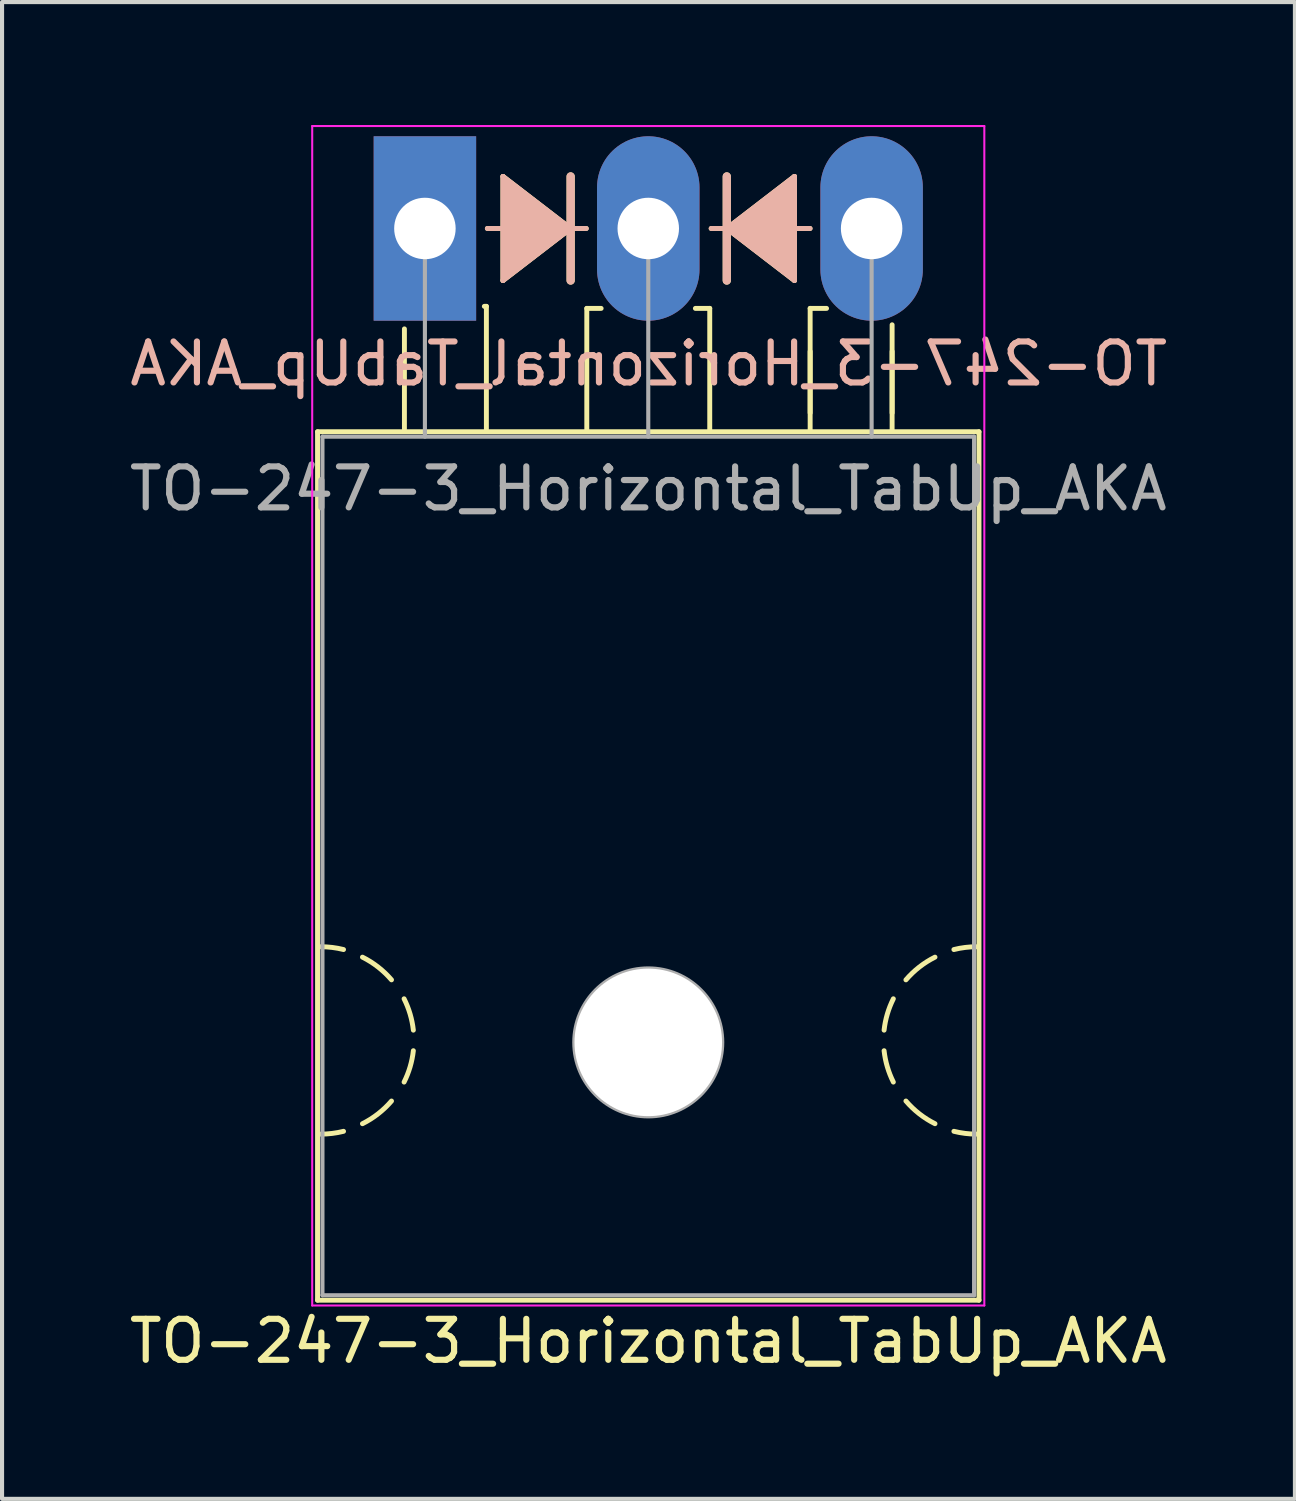
<source format=kicad_pcb>
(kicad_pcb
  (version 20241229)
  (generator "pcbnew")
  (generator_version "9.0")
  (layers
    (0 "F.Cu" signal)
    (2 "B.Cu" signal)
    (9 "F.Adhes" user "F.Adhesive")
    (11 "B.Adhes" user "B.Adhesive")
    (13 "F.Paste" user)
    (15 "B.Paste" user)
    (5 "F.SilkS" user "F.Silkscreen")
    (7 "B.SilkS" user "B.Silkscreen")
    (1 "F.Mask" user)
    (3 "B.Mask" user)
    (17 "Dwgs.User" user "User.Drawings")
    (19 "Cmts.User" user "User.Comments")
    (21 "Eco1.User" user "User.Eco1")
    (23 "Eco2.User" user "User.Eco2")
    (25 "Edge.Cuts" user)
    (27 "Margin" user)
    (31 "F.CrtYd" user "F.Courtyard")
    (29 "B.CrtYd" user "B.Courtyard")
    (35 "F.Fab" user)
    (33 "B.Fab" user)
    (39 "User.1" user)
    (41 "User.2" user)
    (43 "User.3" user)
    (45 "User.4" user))
  (footprint "TO-247-3_Horizontal_TabUp_AKA"
    (layer "F.Cu")
    (at 7.318 2.525)
    (property "Reference" "TO-247-3_Horizontal_TabUp_AKA" (at 5.45 27.15 0) (layer "F.SilkS") (effects (font (size 1 1) (thickness 0.15))))
    (fp_line (start -2.62 4.96) (end -2.62 26.15) (stroke (width 0.12) (type solid)) (layer "F.SilkS"))
    (fp_line (start -2.62 4.96) (end 13.52 4.96) (stroke (width 0.12) (type solid)) (layer "F.SilkS"))
    (fp_line (start -2.62 26.15) (end 13.52 26.15) (stroke (width 0.12) (type solid)) (layer "F.SilkS"))
    (fp_line (start -0.5 4.9) (end -0.5 2.45) (stroke (width 0.12) (type solid)) (layer "F.SilkS"))
    (fp_line (start 1.5 1.9) (end 1.45 1.9) (stroke (width 0.12) (type solid)) (layer "F.SilkS"))
    (fp_line (start 1.5 4.9) (end 1.5 1.9) (stroke (width 0.12) (type solid)) (layer "F.SilkS"))
    (fp_line (start 1.524 0) (end 1.905 0) (stroke (width 0.12) (type solid)) (layer "F.SilkS"))
    (fp_line (start 1.905 -1.27) (end 1.905 1.27) (stroke (width 0.12) (type solid)) (layer "F.SilkS"))
    (fp_line (start 1.905 1.27) (end 3.556 0) (stroke (width 0.12) (type solid)) (layer "F.SilkS"))
    (fp_line (start 3.556 0) (end 1.905 -1.27) (stroke (width 0.12) (type solid)) (layer "F.SilkS"))
    (fp_line (start 3.556 0) (end 3.556 -1.27) (stroke (width 0.2) (type solid)) (layer "F.SilkS"))
    (fp_line (start 3.556 1.27) (end 3.556 0) (stroke (width 0.2) (type solid)) (layer "F.SilkS"))
    (fp_line (start 3.937 0) (end 3.556 0) (stroke (width 0.12) (type solid)) (layer "F.SilkS"))
    (fp_line (start 3.95 1.95) (end 4.3 1.95) (stroke (width 0.12) (type solid)) (layer "F.SilkS"))
    (fp_line (start 3.95 4.95) (end 3.95 1.95) (stroke (width 0.12) (type solid)) (layer "F.SilkS"))
    (fp_line (start 6.95 1.95) (end 6.6 1.95) (stroke (width 0.12) (type solid)) (layer "F.SilkS"))
    (fp_line (start 6.95 4.95) (end 6.95 1.95) (stroke (width 0.12) (type solid)) (layer "F.SilkS"))
    (fp_line (start 6.985 0) (end 7.366 0) (stroke (width 0.12) (type solid)) (layer "F.SilkS"))
    (fp_line (start 7.366 -1.27) (end 7.366 0) (stroke (width 0.2) (type solid)) (layer "F.SilkS"))
    (fp_line (start 7.366 0) (end 7.366 1.27) (stroke (width 0.2) (type solid)) (layer "F.SilkS"))
    (fp_line (start 7.366 0) (end 9.017 1.27) (stroke (width 0.12) (type solid)) (layer "F.SilkS"))
    (fp_line (start 9.017 -1.27) (end 7.366 0) (stroke (width 0.12) (type solid)) (layer "F.SilkS"))
    (fp_line (start 9.017 1.27) (end 9.017 -1.27) (stroke (width 0.12) (type solid)) (layer "F.SilkS"))
    (fp_line (start 9.398 0) (end 9.017 0) (stroke (width 0.12) (type solid)) (layer "F.SilkS"))
    (fp_line (start 9.4 1.95) (end 9.8 1.95) (stroke (width 0.12) (type solid)) (layer "F.SilkS"))
    (fp_line (start 9.4 4.5) (end 9.4 3) (stroke (width 0.12) (type solid)) (layer "F.SilkS"))
    (fp_line (start 9.4 4.95) (end 9.4 1.95) (stroke (width 0.12) (type solid)) (layer "F.SilkS"))
    (fp_line (start 11.4 4.5) (end 11.4 3) (stroke (width 0.12) (type solid)) (layer "F.SilkS"))
    (fp_line (start 11.4 4.95) (end 11.4 2.35) (stroke (width 0.12) (type solid)) (layer "F.SilkS"))
    (fp_line (start 13.52 4.96) (end 13.52 26.15) (stroke (width 0.12) (type solid)) (layer "F.SilkS"))
    (fp_arc (start -2.54 17.526) (mid -2.260689 17.543128) (end -1.985564 17.594254) (stroke (width 0.12) (type solid)) (layer "F.SilkS"))
    (fp_arc (start -1.985564 22.029746) (mid -2.260689 22.080872) (end -2.54 22.098) (stroke (width 0.12) (type solid)) (layer "F.SilkS"))
    (fp_arc (start -1.524001 17.780001) (mid -1.14188 18.02132) (end -0.815088 18.333504) (stroke (width 0.12) (type solid)) (layer "F.SilkS"))
    (fp_arc (start -0.815087 21.290497) (mid -1.141879 21.60268) (end -1.524 21.844) (stroke (width 0.12) (type solid)) (layer "F.SilkS"))
    (fp_arc (start -0.508001 18.796001) (mid -0.361178 19.168563) (end -0.282051 19.561117) (stroke (width 0.12) (type solid)) (layer "F.SilkS"))
    (fp_arc (start -0.282051 20.062883) (mid -0.361178 20.455437) (end -0.508001 20.827999) (stroke (width 0.12) (type solid)) (layer "F.SilkS"))
    (fp_arc (start 11.204051 19.561117) (mid 11.283178 19.168563) (end 11.430001 18.796001) (stroke (width 0.12) (type solid)) (layer "F.SilkS"))
    (fp_arc (start 11.430001 20.827999) (mid 11.283178 20.455437) (end 11.204051 20.062883) (stroke (width 0.12) (type solid)) (layer "F.SilkS"))
    (fp_arc (start 11.737087 18.333503) (mid 12.063879 18.02132) (end 12.446 17.78) (stroke (width 0.12) (type solid)) (layer "F.SilkS"))
    (fp_arc (start 12.446001 21.843999) (mid 12.06388 21.60268) (end 11.737088 21.290496) (stroke (width 0.12) (type solid)) (layer "F.SilkS"))
    (fp_arc (start 12.907564 17.594254) (mid 13.182689 17.543128) (end 13.462 17.526) (stroke (width 0.12) (type solid)) (layer "F.SilkS"))
    (fp_arc (start 13.462 22.098) (mid 13.182689 22.080872) (end 12.907564 22.029746) (stroke (width 0.12) (type solid)) (layer "F.SilkS"))
    (fp_poly (pts (xy 3.556 0) (xy 1.905 1.27) (xy 1.905 -1.27)) (stroke (width 0.1) (type solid)) (fill yes) (layer "F.SilkS"))
    (fp_poly (pts (xy 9.017 1.27) (xy 7.366 0) (xy 9.017 -1.27)) (stroke (width 0.1) (type solid)) (fill yes) (layer "F.SilkS"))
    (fp_line (start 1.524 0) (end 1.905 0) (stroke (width 0.12) (type solid)) (layer "B.SilkS"))
    (fp_line (start 1.905 -1.27) (end 3.556 0) (stroke (width 0.12) (type solid)) (layer "B.SilkS"))
    (fp_line (start 1.905 1.27) (end 1.905 -1.27) (stroke (width 0.12) (type solid)) (layer "B.SilkS"))
    (fp_line (start 3.556 -1.27) (end 3.556 0) (stroke (width 0.2) (type solid)) (layer "B.SilkS"))
    (fp_line (start 3.556 0) (end 1.905 1.27) (stroke (width 0.12) (type solid)) (layer "B.SilkS"))
    (fp_line (start 3.556 0) (end 3.556 1.27) (stroke (width 0.2) (type solid)) (layer "B.SilkS"))
    (fp_line (start 3.937 0) (end 3.556 0) (stroke (width 0.12) (type solid)) (layer "B.SilkS"))
    (fp_line (start 6.985 0) (end 7.366 0) (stroke (width 0.12) (type solid)) (layer "B.SilkS"))
    (fp_line (start 7.366 0) (end 7.366 -1.27) (stroke (width 0.2) (type solid)) (layer "B.SilkS"))
    (fp_line (start 7.366 0) (end 9.017 -1.27) (stroke (width 0.12) (type solid)) (layer "B.SilkS"))
    (fp_line (start 7.366 1.27) (end 7.366 0) (stroke (width 0.2) (type solid)) (layer "B.SilkS"))
    (fp_line (start 9.017 -1.27) (end 9.017 1.27) (stroke (width 0.12) (type solid)) (layer "B.SilkS"))
    (fp_line (start 9.017 1.27) (end 7.366 0) (stroke (width 0.12) (type solid)) (layer "B.SilkS"))
    (fp_line (start 9.398 0) (end 9.017 0) (stroke (width 0.12) (type solid)) (layer "B.SilkS"))
    (fp_poly (pts (xy 3.556 0) (xy 1.905 -1.27) (xy 1.905 1.27)) (stroke (width 0.1) (type solid)) (fill yes) (layer "B.SilkS"))
    (fp_poly (pts (xy 9.017 -1.27) (xy 7.366 0) (xy 9.017 1.27)) (stroke (width 0.1) (type solid)) (fill yes) (layer "B.SilkS"))
    (fp_line (start -2.75 -2.5) (end -2.75 26.28) (stroke (width 0.05) (type solid)) (layer "F.CrtYd"))
    (fp_line (start -2.75 26.28) (end 13.65 26.28) (stroke (width 0.05) (type solid)) (layer "F.CrtYd"))
    (fp_line (start 13.65 -2.5) (end -2.75 -2.5) (stroke (width 0.05) (type solid)) (layer "F.CrtYd"))
    (fp_line (start 13.65 26.28) (end 13.65 -2.5) (stroke (width 0.05) (type solid)) (layer "F.CrtYd"))
    (fp_line (start -2.5 5.08) (end -2.5 26.03) (stroke (width 0.1) (type solid)) (layer "F.Fab"))
    (fp_line (start -2.5 26.03) (end 13.4 26.03) (stroke (width 0.1) (type solid)) (layer "F.Fab"))
    (fp_line (start 0 5.08) (end 0 0) (stroke (width 0.1) (type solid)) (layer "F.Fab"))
    (fp_line (start 5.45 5.08) (end 5.45 0) (stroke (width 0.1) (type solid)) (layer "F.Fab"))
    (fp_line (start 10.9 5.08) (end 10.9 0) (stroke (width 0.1) (type solid)) (layer "F.Fab"))
    (fp_line (start 13.4 5.08) (end -2.5 5.08) (stroke (width 0.1) (type solid)) (layer "F.Fab"))
    (fp_line (start 13.4 26.03) (end 13.4 5.08) (stroke (width 0.1) (type solid)) (layer "F.Fab"))
    (fp_circle (center 5.45 19.86) (end 7.255 19.86) (stroke (width 0.1) (type solid)) (fill no) (layer "F.Fab"))
    (fp_text user "${REFERENCE}" (at 5.461 3.302 0) (layer "B.SilkS") (effects (font (size 1 1) (thickness 0.15)) (justify mirror)))
    (fp_text user "${REFERENCE}" (at 5.45 6.35 0) (layer "F.Fab") (effects (font (size 1 1) (thickness 0.15))))
    (pad "" np_thru_hole oval (at 5.45 19.86) (size 3.6 3.6) (drill 3.6) (layers "*.Cu" "*.Mask"))
    (pad "1" thru_hole rect (at 0 0) (size 2.5 4.5) (drill 1.5) (layers "*.Cu" "*.Mask"))
    (pad "2" thru_hole oval (at 5.45 0) (size 2.5 4.5) (drill 1.5) (layers "*.Cu" "*.Mask"))
    (pad "3" thru_hole oval (at 10.9 0) (size 2.5 4.5) (drill 1.5) (layers "*.Cu" "*.Mask")))
  (gr_rect
    (start -3 -3)
    (end 28.547 33.523)
    (stroke (width 0.1) (type default))
    (fill no)
    (layer "Edge.Cuts")))
</source>
